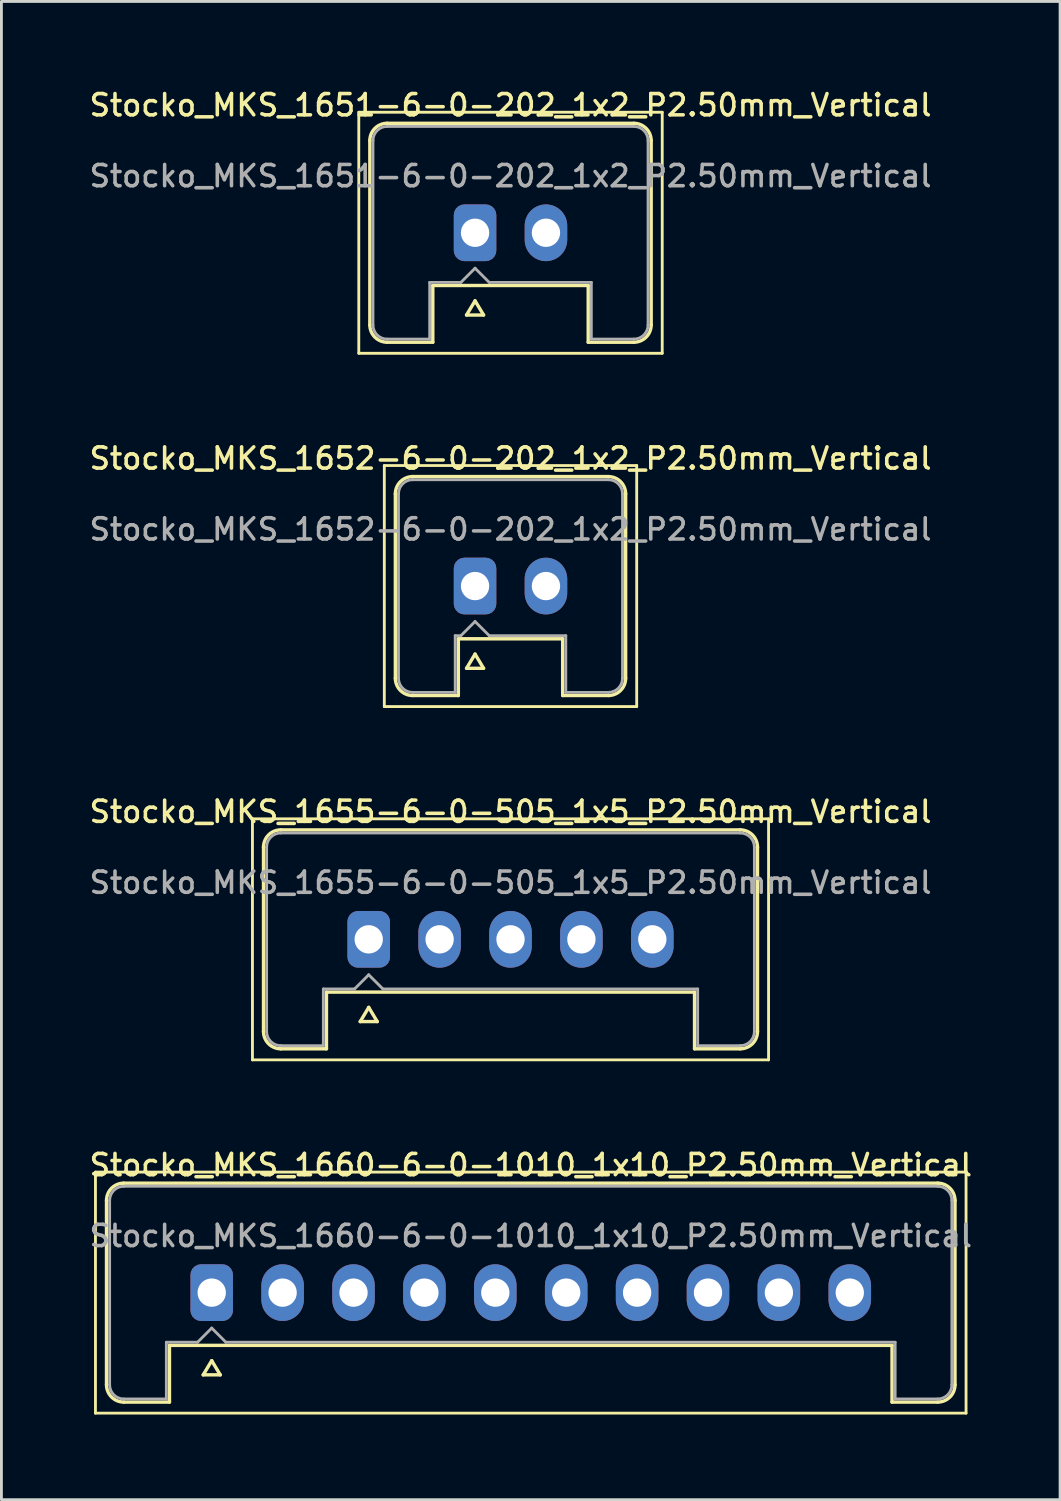
<source format=kicad_pcb>
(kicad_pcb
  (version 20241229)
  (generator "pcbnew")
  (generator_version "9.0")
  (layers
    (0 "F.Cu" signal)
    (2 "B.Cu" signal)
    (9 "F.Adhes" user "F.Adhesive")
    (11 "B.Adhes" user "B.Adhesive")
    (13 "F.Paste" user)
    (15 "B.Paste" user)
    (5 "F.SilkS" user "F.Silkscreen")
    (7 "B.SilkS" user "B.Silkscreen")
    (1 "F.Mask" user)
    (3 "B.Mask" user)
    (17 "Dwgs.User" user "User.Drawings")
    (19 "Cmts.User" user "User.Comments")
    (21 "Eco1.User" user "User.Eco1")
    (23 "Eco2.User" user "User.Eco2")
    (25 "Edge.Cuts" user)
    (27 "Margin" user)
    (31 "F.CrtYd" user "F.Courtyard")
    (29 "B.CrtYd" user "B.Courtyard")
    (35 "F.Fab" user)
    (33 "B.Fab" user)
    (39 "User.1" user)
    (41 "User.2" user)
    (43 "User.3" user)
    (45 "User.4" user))
  (footprint "Stocko_MKS_1652-6-0-202_1x2_P2.50mm_Vertical"
    (layer "F.Cu")
    (at 13.702 17.616)
    (property "Reference" "Stocko_MKS_1652-6-0-202_1x2_P2.50mm_Vertical" (at 1.25 -4.5 0) (layer "F.SilkS") (effects (font (size 0.75 0.75) (thickness 0.125))))
    (attr through_hole)
    (fp_line (start -3.2 -4.25) (end -3.2 4.25) (stroke (width 0.1) (type solid)) (layer "F.SilkS"))
    (fp_line (start -3.2 4.25) (end 5.7 4.25) (stroke (width 0.1) (type solid)) (layer "F.SilkS"))
    (fp_line (start -2.81 -3.25) (end -2.81 3.25) (stroke (width 0.12) (type solid)) (layer "F.SilkS"))
    (fp_line (start -2.2 -3.86) (end 4.7 -3.86) (stroke (width 0.12) (type solid)) (layer "F.SilkS"))
    (fp_line (start -2.2 3.86) (end -0.59 3.86) (stroke (width 0.12) (type solid)) (layer "F.SilkS"))
    (fp_line (start -0.59 1.86) (end 3.09 1.86) (stroke (width 0.12) (type solid)) (layer "F.SilkS"))
    (fp_line (start -0.59 3.86) (end -0.59 1.86) (stroke (width 0.12) (type solid)) (layer "F.SilkS"))
    (fp_line (start -0.3 2.9) (end 0.3 2.9) (stroke (width 0.12) (type solid)) (layer "F.SilkS"))
    (fp_line (start 0 2.4) (end -0.3 2.9) (stroke (width 0.12) (type solid)) (layer "F.SilkS"))
    (fp_line (start 0.3 2.9) (end 0 2.4) (stroke (width 0.12) (type solid)) (layer "F.SilkS"))
    (fp_line (start 3.09 3.86) (end 3.09 1.86) (stroke (width 0.12) (type solid)) (layer "F.SilkS"))
    (fp_line (start 4.7 3.86) (end 3.09 3.86) (stroke (width 0.12) (type solid)) (layer "F.SilkS"))
    (fp_line (start 5.31 -3.25) (end 5.31 3.25) (stroke (width 0.12) (type solid)) (layer "F.SilkS"))
    (fp_line (start 5.7 -4.25) (end -3.2 -4.25) (stroke (width 0.1) (type solid)) (layer "F.SilkS"))
    (fp_line (start 5.7 4.25) (end 5.7 -4.25) (stroke (width 0.1) (type solid)) (layer "F.SilkS"))
    (fp_arc (start -2.81 -3.25) (mid -2.631335 -3.681335) (end -2.2 -3.86) (stroke (width 0.12) (type solid)) (layer "F.SilkS"))
    (fp_arc (start -2.2 3.86) (mid -2.631335 3.681335) (end -2.81 3.25) (stroke (width 0.12) (type solid)) (layer "F.SilkS"))
    (fp_arc (start 4.7 -3.86) (mid 5.131335 -3.681335) (end 5.31 -3.25) (stroke (width 0.12) (type solid)) (layer "F.SilkS"))
    (fp_arc (start 5.31 3.25) (mid 5.131335 3.681335) (end 4.7 3.86) (stroke (width 0.12) (type solid)) (layer "F.SilkS"))
    (fp_line (start -2.7 -3.25) (end -2.7 3.25) (stroke (width 0.1) (type solid)) (layer "F.Fab"))
    (fp_line (start -2.2 -3.75) (end 4.7 -3.75) (stroke (width 0.1) (type solid)) (layer "F.Fab"))
    (fp_line (start -2.2 3.75) (end -0.7 3.75) (stroke (width 0.1) (type solid)) (layer "F.Fab"))
    (fp_line (start -0.7 1.75) (end -0.5 1.75) (stroke (width 0.1) (type solid)) (layer "F.Fab"))
    (fp_line (start -0.7 3.75) (end -0.7 1.75) (stroke (width 0.1) (type solid)) (layer "F.Fab"))
    (fp_line (start -0.5 1.75) (end 0 1.25) (stroke (width 0.1) (type solid)) (layer "F.Fab"))
    (fp_line (start 0 1.25) (end 0.5 1.75) (stroke (width 0.1) (type solid)) (layer "F.Fab"))
    (fp_line (start 0.5 1.75) (end 3.2 1.75) (stroke (width 0.1) (type solid)) (layer "F.Fab"))
    (fp_line (start 3.2 3.75) (end 3.2 1.75) (stroke (width 0.1) (type solid)) (layer "F.Fab"))
    (fp_line (start 4.7 3.75) (end 3.2 3.75) (stroke (width 0.1) (type solid)) (layer "F.Fab"))
    (fp_line (start 5.2 -3.25) (end 5.2 3.25) (stroke (width 0.1) (type solid)) (layer "F.Fab"))
    (fp_arc (start -2.7 -3.25) (mid -2.553553 -3.603553) (end -2.2 -3.75) (stroke (width 0.1) (type solid)) (layer "F.Fab"))
    (fp_arc (start -2.2 3.75) (mid -2.553553 3.603553) (end -2.7 3.25) (stroke (width 0.1) (type solid)) (layer "F.Fab"))
    (fp_arc (start 4.7 -3.75) (mid 5.053553 -3.603553) (end 5.2 -3.25) (stroke (width 0.1) (type solid)) (layer "F.Fab"))
    (fp_arc (start 5.2 3.25) (mid 5.053553 3.603553) (end 4.7 3.75) (stroke (width 0.1) (type solid)) (layer "F.Fab"))
    (fp_text user "${REFERENCE}" (at 1.25 -2 0) (layer "F.Fab") (effects (font (size 0.75 0.75) (thickness 0.125))))
    (pad "1" thru_hole roundrect (at 0 0) (size 1.5 2) (drill 1) (layers "*.Cu" "*.Mask") (roundrect_rratio 0.25))
    (pad "2" thru_hole oval (at 2.5 0) (size 1.5 2) (drill 1) (layers "*.Cu" "*.Mask")))
  (footprint "Stocko_MKS_1651-6-0-202_1x2_P2.50mm_Vertical"
    (layer "F.Cu")
    (at 13.702 5.158)
    (property "Reference" "Stocko_MKS_1651-6-0-202_1x2_P2.50mm_Vertical" (at 1.25 -4.5 0) (layer "F.SilkS") (effects (font (size 0.75 0.75) (thickness 0.125))))
    (attr through_hole)
    (fp_line (start -4.1 -4.25) (end -4.1 4.25) (stroke (width 0.1) (type solid)) (layer "F.SilkS"))
    (fp_line (start -4.1 4.25) (end 6.6 4.25) (stroke (width 0.1) (type solid)) (layer "F.SilkS"))
    (fp_line (start -3.71 -3.25) (end -3.71 3.25) (stroke (width 0.12) (type solid)) (layer "F.SilkS"))
    (fp_line (start -3.1 -3.86) (end 5.6 -3.86) (stroke (width 0.12) (type solid)) (layer "F.SilkS"))
    (fp_line (start -3.1 3.86) (end -1.49 3.86) (stroke (width 0.12) (type solid)) (layer "F.SilkS"))
    (fp_line (start -1.49 1.86) (end 3.99 1.86) (stroke (width 0.12) (type solid)) (layer "F.SilkS"))
    (fp_line (start -1.49 3.86) (end -1.49 1.86) (stroke (width 0.12) (type solid)) (layer "F.SilkS"))
    (fp_line (start -0.3 2.9) (end 0.3 2.9) (stroke (width 0.12) (type solid)) (layer "F.SilkS"))
    (fp_line (start 0 2.4) (end -0.3 2.9) (stroke (width 0.12) (type solid)) (layer "F.SilkS"))
    (fp_line (start 0.3 2.9) (end 0 2.4) (stroke (width 0.12) (type solid)) (layer "F.SilkS"))
    (fp_line (start 3.99 3.86) (end 3.99 1.86) (stroke (width 0.12) (type solid)) (layer "F.SilkS"))
    (fp_line (start 5.6 3.86) (end 3.99 3.86) (stroke (width 0.12) (type solid)) (layer "F.SilkS"))
    (fp_line (start 6.21 -3.25) (end 6.21 3.25) (stroke (width 0.12) (type solid)) (layer "F.SilkS"))
    (fp_line (start 6.6 -4.25) (end -4.1 -4.25) (stroke (width 0.1) (type solid)) (layer "F.SilkS"))
    (fp_line (start 6.6 4.25) (end 6.6 -4.25) (stroke (width 0.1) (type solid)) (layer "F.SilkS"))
    (fp_arc (start -3.71 -3.25) (mid -3.531335 -3.681335) (end -3.1 -3.86) (stroke (width 0.12) (type solid)) (layer "F.SilkS"))
    (fp_arc (start -3.1 3.86) (mid -3.531335 3.681335) (end -3.71 3.25) (stroke (width 0.12) (type solid)) (layer "F.SilkS"))
    (fp_arc (start 5.6 -3.86) (mid 6.031335 -3.681335) (end 6.21 -3.25) (stroke (width 0.12) (type solid)) (layer "F.SilkS"))
    (fp_arc (start 6.21 3.25) (mid 6.031335 3.681335) (end 5.6 3.86) (stroke (width 0.12) (type solid)) (layer "F.SilkS"))
    (fp_line (start -3.6 -3.25) (end -3.6 3.25) (stroke (width 0.1) (type solid)) (layer "F.Fab"))
    (fp_line (start -3.1 -3.75) (end 5.6 -3.75) (stroke (width 0.1) (type solid)) (layer "F.Fab"))
    (fp_line (start -3.1 3.75) (end -1.6 3.75) (stroke (width 0.1) (type solid)) (layer "F.Fab"))
    (fp_line (start -1.6 1.75) (end -0.5 1.75) (stroke (width 0.1) (type solid)) (layer "F.Fab"))
    (fp_line (start -1.6 3.75) (end -1.6 1.75) (stroke (width 0.1) (type solid)) (layer "F.Fab"))
    (fp_line (start -0.5 1.75) (end 0 1.25) (stroke (width 0.1) (type solid)) (layer "F.Fab"))
    (fp_line (start 0 1.25) (end 0.5 1.75) (stroke (width 0.1) (type solid)) (layer "F.Fab"))
    (fp_line (start 0.5 1.75) (end 4.1 1.75) (stroke (width 0.1) (type solid)) (layer "F.Fab"))
    (fp_line (start 4.1 3.75) (end 4.1 1.75) (stroke (width 0.1) (type solid)) (layer "F.Fab"))
    (fp_line (start 5.6 3.75) (end 4.1 3.75) (stroke (width 0.1) (type solid)) (layer "F.Fab"))
    (fp_line (start 6.1 -3.25) (end 6.1 3.25) (stroke (width 0.1) (type solid)) (layer "F.Fab"))
    (fp_arc (start -3.6 -3.25) (mid -3.453553 -3.603553) (end -3.1 -3.75) (stroke (width 0.1) (type solid)) (layer "F.Fab"))
    (fp_arc (start -3.1 3.75) (mid -3.453553 3.603553) (end -3.6 3.25) (stroke (width 0.1) (type solid)) (layer "F.Fab"))
    (fp_arc (start 5.6 -3.75) (mid 5.953553 -3.603553) (end 6.1 -3.25) (stroke (width 0.1) (type solid)) (layer "F.Fab"))
    (fp_arc (start 6.1 3.25) (mid 5.953553 3.603553) (end 5.6 3.75) (stroke (width 0.1) (type solid)) (layer "F.Fab"))
    (fp_text user "${REFERENCE}" (at 1.25 -2 0) (layer "F.Fab") (effects (font (size 0.75 0.75) (thickness 0.125))))
    (pad "1" thru_hole roundrect (at 0 0) (size 1.5 2) (drill 1) (layers "*.Cu" "*.Mask") (roundrect_rratio 0.25))
    (pad "2" thru_hole oval (at 2.5 0) (size 1.5 2) (drill 1) (layers "*.Cu" "*.Mask")))
  (footprint "Stocko_MKS_1660-6-0-1010_1x10_P2.50mm_Vertical"
    (layer "F.Cu")
    (at 4.416 42.532)
    (property "Reference" "Stocko_MKS_1660-6-0-1010_1x10_P2.50mm_Vertical" (at 11.25 -4.5 0) (layer "F.SilkS") (effects (font (size 0.75 0.75) (thickness 0.125))))
    (attr through_hole)
    (fp_line (start -4.1 -4.25) (end -4.1 4.25) (stroke (width 0.1) (type solid)) (layer "F.SilkS"))
    (fp_line (start -4.1 4.25) (end 26.6 4.25) (stroke (width 0.1) (type solid)) (layer "F.SilkS"))
    (fp_line (start -3.71 -3.25) (end -3.71 3.25) (stroke (width 0.12) (type solid)) (layer "F.SilkS"))
    (fp_line (start -3.1 -3.86) (end 25.6 -3.86) (stroke (width 0.12) (type solid)) (layer "F.SilkS"))
    (fp_line (start -3.1 3.86) (end -1.49 3.86) (stroke (width 0.12) (type solid)) (layer "F.SilkS"))
    (fp_line (start -1.49 1.86) (end 23.99 1.86) (stroke (width 0.12) (type solid)) (layer "F.SilkS"))
    (fp_line (start -1.49 3.86) (end -1.49 1.86) (stroke (width 0.12) (type solid)) (layer "F.SilkS"))
    (fp_line (start -0.3 2.9) (end 0.3 2.9) (stroke (width 0.12) (type solid)) (layer "F.SilkS"))
    (fp_line (start 0 2.4) (end -0.3 2.9) (stroke (width 0.12) (type solid)) (layer "F.SilkS"))
    (fp_line (start 0.3 2.9) (end 0 2.4) (stroke (width 0.12) (type solid)) (layer "F.SilkS"))
    (fp_line (start 23.99 3.86) (end 23.99 1.86) (stroke (width 0.12) (type solid)) (layer "F.SilkS"))
    (fp_line (start 25.6 3.86) (end 23.99 3.86) (stroke (width 0.12) (type solid)) (layer "F.SilkS"))
    (fp_line (start 26.21 -3.25) (end 26.21 3.25) (stroke (width 0.12) (type solid)) (layer "F.SilkS"))
    (fp_line (start 26.6 -4.25) (end -4.1 -4.25) (stroke (width 0.1) (type solid)) (layer "F.SilkS"))
    (fp_line (start 26.6 4.25) (end 26.6 -4.25) (stroke (width 0.1) (type solid)) (layer "F.SilkS"))
    (fp_arc (start -3.71 -3.25) (mid -3.531335 -3.681335) (end -3.1 -3.86) (stroke (width 0.12) (type solid)) (layer "F.SilkS"))
    (fp_arc (start -3.1 3.86) (mid -3.531335 3.681335) (end -3.71 3.25) (stroke (width 0.12) (type solid)) (layer "F.SilkS"))
    (fp_arc (start 25.6 -3.86) (mid 26.031335 -3.681335) (end 26.21 -3.25) (stroke (width 0.12) (type solid)) (layer "F.SilkS"))
    (fp_arc (start 26.21 3.25) (mid 26.031335 3.681335) (end 25.6 3.86) (stroke (width 0.12) (type solid)) (layer "F.SilkS"))
    (fp_line (start -3.6 -3.25) (end -3.6 3.25) (stroke (width 0.1) (type solid)) (layer "F.Fab"))
    (fp_line (start -3.1 -3.75) (end 25.6 -3.75) (stroke (width 0.1) (type solid)) (layer "F.Fab"))
    (fp_line (start -3.1 3.75) (end -1.6 3.75) (stroke (width 0.1) (type solid)) (layer "F.Fab"))
    (fp_line (start -1.6 1.75) (end -0.5 1.75) (stroke (width 0.1) (type solid)) (layer "F.Fab"))
    (fp_line (start -1.6 3.75) (end -1.6 1.75) (stroke (width 0.1) (type solid)) (layer "F.Fab"))
    (fp_line (start -0.5 1.75) (end 0 1.25) (stroke (width 0.1) (type solid)) (layer "F.Fab"))
    (fp_line (start 0 1.25) (end 0.5 1.75) (stroke (width 0.1) (type solid)) (layer "F.Fab"))
    (fp_line (start 0.5 1.75) (end 24.1 1.75) (stroke (width 0.1) (type solid)) (layer "F.Fab"))
    (fp_line (start 24.1 3.75) (end 24.1 1.75) (stroke (width 0.1) (type solid)) (layer "F.Fab"))
    (fp_line (start 25.6 3.75) (end 24.1 3.75) (stroke (width 0.1) (type solid)) (layer "F.Fab"))
    (fp_line (start 26.1 -3.25) (end 26.1 3.25) (stroke (width 0.1) (type solid)) (layer "F.Fab"))
    (fp_arc (start -3.6 -3.25) (mid -3.453553 -3.603553) (end -3.1 -3.75) (stroke (width 0.1) (type solid)) (layer "F.Fab"))
    (fp_arc (start -3.1 3.75) (mid -3.453553 3.603553) (end -3.6 3.25) (stroke (width 0.1) (type solid)) (layer "F.Fab"))
    (fp_arc (start 25.6 -3.75) (mid 25.953553 -3.603553) (end 26.1 -3.25) (stroke (width 0.1) (type solid)) (layer "F.Fab"))
    (fp_arc (start 26.1 3.25) (mid 25.953553 3.603553) (end 25.6 3.75) (stroke (width 0.1) (type solid)) (layer "F.Fab"))
    (fp_text user "${REFERENCE}" (at 11.25 -2 0) (layer "F.Fab") (effects (font (size 0.75 0.75) (thickness 0.125))))
    (pad "1" thru_hole roundrect (at 0 0) (size 1.5 2) (drill 1) (layers "*.Cu" "*.Mask") (roundrect_rratio 0.25))
    (pad "2" thru_hole oval (at 2.5 0) (size 1.5 2) (drill 1) (layers "*.Cu" "*.Mask"))
    (pad "3" thru_hole oval (at 5 0) (size 1.5 2) (drill 1) (layers "*.Cu" "*.Mask"))
    (pad "4" thru_hole oval (at 7.5 0) (size 1.5 2) (drill 1) (layers "*.Cu" "*.Mask"))
    (pad "5" thru_hole oval (at 10 0) (size 1.5 2) (drill 1) (layers "*.Cu" "*.Mask"))
    (pad "6" thru_hole oval (at 12.5 0) (size 1.5 2) (drill 1) (layers "*.Cu" "*.Mask"))
    (pad "7" thru_hole oval (at 15 0) (size 1.5 2) (drill 1) (layers "*.Cu" "*.Mask"))
    (pad "8" thru_hole oval (at 17.5 0) (size 1.5 2) (drill 1) (layers "*.Cu" "*.Mask"))
    (pad "9" thru_hole oval (at 20 0) (size 1.5 2) (drill 1) (layers "*.Cu" "*.Mask"))
    (pad "10" thru_hole oval (at 22.5 0) (size 1.5 2) (drill 1) (layers "*.Cu" "*.Mask")))
  (footprint "Stocko_MKS_1655-6-0-505_1x5_P2.50mm_Vertical"
    (layer "F.Cu")
    (at 9.952 30.074)
    (property "Reference" "Stocko_MKS_1655-6-0-505_1x5_P2.50mm_Vertical" (at 5 -4.5 0) (layer "F.SilkS") (effects (font (size 0.75 0.75) (thickness 0.125))))
    (attr through_hole)
    (fp_line (start -4.1 -4.25) (end -4.1 4.25) (stroke (width 0.1) (type solid)) (layer "F.SilkS"))
    (fp_line (start -4.1 4.25) (end 14.1 4.25) (stroke (width 0.1) (type solid)) (layer "F.SilkS"))
    (fp_line (start -3.71 -3.25) (end -3.71 3.25) (stroke (width 0.12) (type solid)) (layer "F.SilkS"))
    (fp_line (start -3.1 -3.86) (end 13.1 -3.86) (stroke (width 0.12) (type solid)) (layer "F.SilkS"))
    (fp_line (start -3.1 3.86) (end -1.49 3.86) (stroke (width 0.12) (type solid)) (layer "F.SilkS"))
    (fp_line (start -1.49 1.86) (end 11.49 1.86) (stroke (width 0.12) (type solid)) (layer "F.SilkS"))
    (fp_line (start -1.49 3.86) (end -1.49 1.86) (stroke (width 0.12) (type solid)) (layer "F.SilkS"))
    (fp_line (start -0.3 2.9) (end 0.3 2.9) (stroke (width 0.12) (type solid)) (layer "F.SilkS"))
    (fp_line (start 0 2.4) (end -0.3 2.9) (stroke (width 0.12) (type solid)) (layer "F.SilkS"))
    (fp_line (start 0.3 2.9) (end 0 2.4) (stroke (width 0.12) (type solid)) (layer "F.SilkS"))
    (fp_line (start 11.49 3.86) (end 11.49 1.86) (stroke (width 0.12) (type solid)) (layer "F.SilkS"))
    (fp_line (start 13.1 3.86) (end 11.49 3.86) (stroke (width 0.12) (type solid)) (layer "F.SilkS"))
    (fp_line (start 13.71 -3.25) (end 13.71 3.25) (stroke (width 0.12) (type solid)) (layer "F.SilkS"))
    (fp_line (start 14.1 -4.25) (end -4.1 -4.25) (stroke (width 0.1) (type solid)) (layer "F.SilkS"))
    (fp_line (start 14.1 4.25) (end 14.1 -4.25) (stroke (width 0.1) (type solid)) (layer "F.SilkS"))
    (fp_arc (start -3.71 -3.25) (mid -3.531335 -3.681335) (end -3.1 -3.86) (stroke (width 0.12) (type solid)) (layer "F.SilkS"))
    (fp_arc (start -3.1 3.86) (mid -3.531335 3.681335) (end -3.71 3.25) (stroke (width 0.12) (type solid)) (layer "F.SilkS"))
    (fp_arc (start 13.1 -3.86) (mid 13.531335 -3.681335) (end 13.71 -3.25) (stroke (width 0.12) (type solid)) (layer "F.SilkS"))
    (fp_arc (start 13.71 3.25) (mid 13.531335 3.681335) (end 13.1 3.86) (stroke (width 0.12) (type solid)) (layer "F.SilkS"))
    (fp_line (start -3.6 -3.25) (end -3.6 3.25) (stroke (width 0.1) (type solid)) (layer "F.Fab"))
    (fp_line (start -3.1 -3.75) (end 13.1 -3.75) (stroke (width 0.1) (type solid)) (layer "F.Fab"))
    (fp_line (start -3.1 3.75) (end -1.6 3.75) (stroke (width 0.1) (type solid)) (layer "F.Fab"))
    (fp_line (start -1.6 1.75) (end -0.5 1.75) (stroke (width 0.1) (type solid)) (layer "F.Fab"))
    (fp_line (start -1.6 3.75) (end -1.6 1.75) (stroke (width 0.1) (type solid)) (layer "F.Fab"))
    (fp_line (start -0.5 1.75) (end 0 1.25) (stroke (width 0.1) (type solid)) (layer "F.Fab"))
    (fp_line (start 0 1.25) (end 0.5 1.75) (stroke (width 0.1) (type solid)) (layer "F.Fab"))
    (fp_line (start 0.5 1.75) (end 11.6 1.75) (stroke (width 0.1) (type solid)) (layer "F.Fab"))
    (fp_line (start 11.6 3.75) (end 11.6 1.75) (stroke (width 0.1) (type solid)) (layer "F.Fab"))
    (fp_line (start 13.1 3.75) (end 11.6 3.75) (stroke (width 0.1) (type solid)) (layer "F.Fab"))
    (fp_line (start 13.6 -3.25) (end 13.6 3.25) (stroke (width 0.1) (type solid)) (layer "F.Fab"))
    (fp_arc (start -3.6 -3.25) (mid -3.453553 -3.603553) (end -3.1 -3.75) (stroke (width 0.1) (type solid)) (layer "F.Fab"))
    (fp_arc (start -3.1 3.75) (mid -3.453553 3.603553) (end -3.6 3.25) (stroke (width 0.1) (type solid)) (layer "F.Fab"))
    (fp_arc (start 13.1 -3.75) (mid 13.453553 -3.603553) (end 13.6 -3.25) (stroke (width 0.1) (type solid)) (layer "F.Fab"))
    (fp_arc (start 13.6 3.25) (mid 13.453553 3.603553) (end 13.1 3.75) (stroke (width 0.1) (type solid)) (layer "F.Fab"))
    (fp_text user "${REFERENCE}" (at 5 -2 0) (layer "F.Fab") (effects (font (size 0.75 0.75) (thickness 0.125))))
    (pad "1" thru_hole roundrect (at 0 0) (size 1.5 2) (drill 1) (layers "*.Cu" "*.Mask") (roundrect_rratio 0.25))
    (pad "2" thru_hole oval (at 2.5 0) (size 1.5 2) (drill 1) (layers "*.Cu" "*.Mask"))
    (pad "3" thru_hole oval (at 5 0) (size 1.5 2) (drill 1) (layers "*.Cu" "*.Mask"))
    (pad "4" thru_hole oval (at 7.5 0) (size 1.5 2) (drill 1) (layers "*.Cu" "*.Mask"))
    (pad "5" thru_hole oval (at 10 0) (size 1.5 2) (drill 1) (layers "*.Cu" "*.Mask")))
  (gr_rect
    (start -3 -3)
    (end 34.332 49.833)
    (stroke (width 0.1) (type default))
    (fill no)
    (layer "Edge.Cuts")))
</source>
